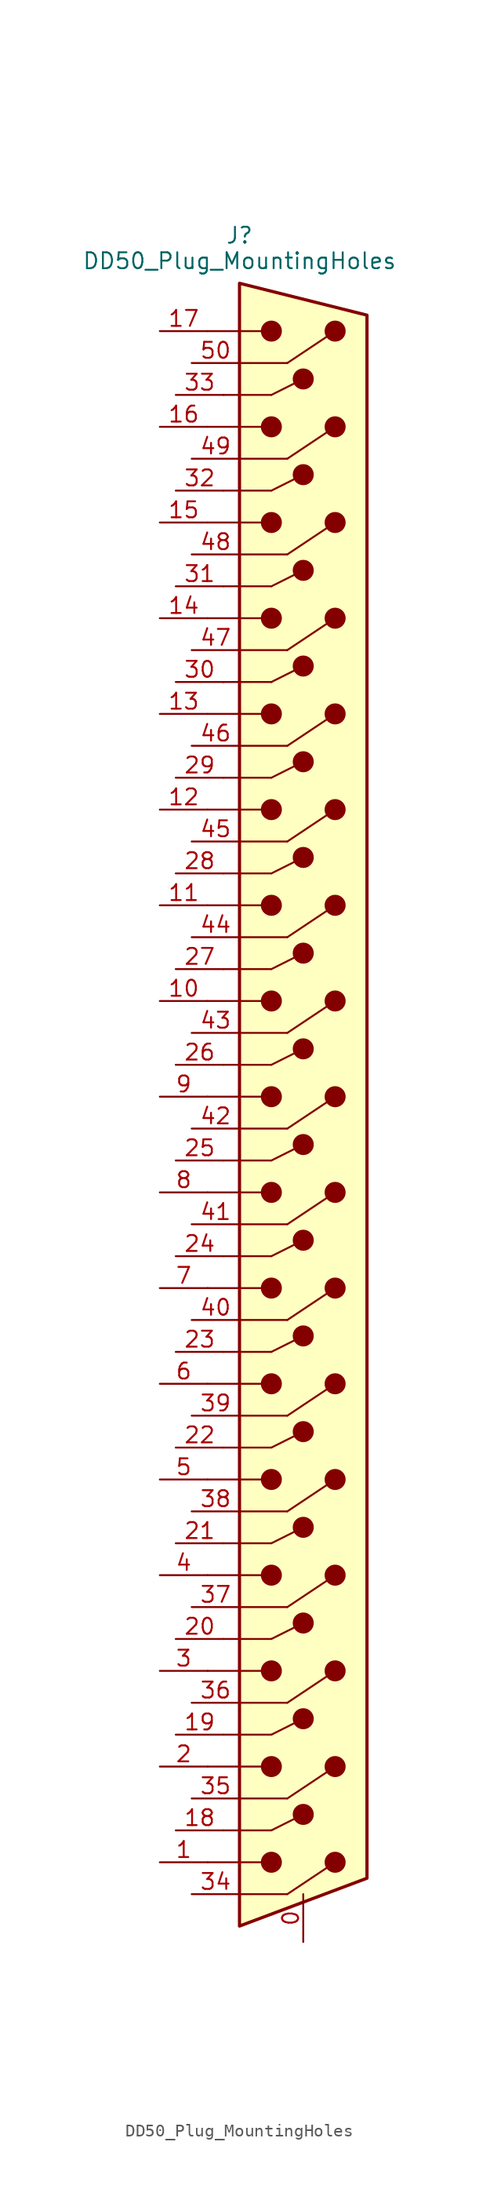
<source format=kicad_sym>
(kicad_symbol_lib
  (version 20231120)
  (generator "kicad_symbol_editor")
  (generator_version "8.0")
  (symbol "DD50_Plug_MountingHoles"
    (property "Reference" "J"
      (at 0 0 0)
      (effects (font (size 1.27 1.27))))
    (property "Value" "DD50_Plug_MountingHoles"
      (at 0 -2.032 0)
      (effects (font (size 1.27 1.27))))
    (symbol "DD50_Plug_MountingHoles_0_1"
      (polyline (pts (xy -2.54 -129.54) (xy 2.54 -129.54)) (stroke (width 0) (type default)) (fill (type none)))
      (polyline (pts (xy -2.54 -121.92) (xy 2.54 -121.92)) (stroke (width 0) (type default)) (fill (type none)))
      (polyline (pts (xy -2.54 -114.3) (xy 2.54 -114.3)) (stroke (width 0) (type default)) (fill (type none)))
      (polyline (pts (xy -2.54 -106.68) (xy 2.54 -106.68)) (stroke (width 0) (type default)) (fill (type none)))
      (polyline (pts (xy -2.54 -99.06) (xy 2.54 -99.06)) (stroke (width 0) (type default)) (fill (type none)))
      (polyline (pts (xy -2.54 -91.44) (xy 2.54 -91.44)) (stroke (width 0) (type default)) (fill (type none)))
      (polyline (pts (xy -2.54 -83.82) (xy 2.54 -83.82)) (stroke (width 0) (type default)) (fill (type none)))
      (polyline (pts (xy -2.54 -76.2) (xy 2.54 -76.2)) (stroke (width 0) (type default)) (fill (type none)))
      (polyline (pts (xy -2.54 -68.58) (xy 2.54 -68.58)) (stroke (width 0) (type default)) (fill (type none)))
      (polyline (pts (xy -2.54 -60.96) (xy 2.54 -60.96)) (stroke (width 0) (type default)) (fill (type none)))
      (polyline (pts (xy -2.54 -53.34) (xy 2.54 -53.34)) (stroke (width 0) (type default)) (fill (type none)))
      (polyline (pts (xy -2.54 -45.72) (xy 2.54 -45.72)) (stroke (width 0) (type default)) (fill (type none)))
      (polyline (pts (xy -2.54 -38.1) (xy 2.54 -38.1)) (stroke (width 0) (type default)) (fill (type none)))
      (polyline (pts (xy -2.54 -30.48) (xy 2.54 -30.48)) (stroke (width 0) (type default)) (fill (type none)))
      (polyline (pts (xy -2.54 -22.86) (xy 2.54 -22.86)) (stroke (width 0) (type default)) (fill (type none)))
      (polyline (pts (xy -2.54 -15.24) (xy 2.54 -15.24)) (stroke (width 0) (type default)) (fill (type none)))
      (polyline (pts (xy -2.54 -7.62) (xy 2.54 -7.62)) (stroke (width 0) (type default)) (fill (type none)))
      (polyline (pts (xy -1.27 -127) (xy 2.54 -127)) (stroke (width 0) (type default)) (fill (type none)))
      (polyline (pts (xy -1.27 -119.38) (xy 2.54 -119.38)) (stroke (width 0) (type default)) (fill (type none)))
      (polyline (pts (xy -1.27 -111.76) (xy 2.54 -111.76)) (stroke (width 0) (type default)) (fill (type none)))
      (polyline (pts (xy -1.27 -104.14) (xy 2.54 -104.14)) (stroke (width 0) (type default)) (fill (type none)))
      (polyline (pts (xy -1.27 -96.52) (xy 2.54 -96.52)) (stroke (width 0) (type default)) (fill (type none)))
      (polyline (pts (xy -1.27 -88.9) (xy 2.54 -88.9)) (stroke (width 0) (type default)) (fill (type none)))
      (polyline (pts (xy -1.27 -81.28) (xy 2.54 -81.28)) (stroke (width 0) (type default)) (fill (type none)))
      (polyline (pts (xy -1.27 -73.66) (xy 2.54 -73.66)) (stroke (width 0) (type default)) (fill (type none)))
      (polyline (pts (xy -1.27 -66.04) (xy 2.54 -66.04)) (stroke (width 0) (type default)) (fill (type none)))
      (polyline (pts (xy -1.27 -58.42) (xy 2.54 -58.42)) (stroke (width 0) (type default)) (fill (type none)))
      (polyline (pts (xy -1.27 -50.8) (xy 2.54 -50.8)) (stroke (width 0) (type default)) (fill (type none)))
      (polyline (pts (xy -1.27 -43.18) (xy 2.54 -43.18)) (stroke (width 0) (type default)) (fill (type none)))
      (polyline (pts (xy -1.27 -35.56) (xy 2.54 -35.56)) (stroke (width 0) (type default)) (fill (type none)))
      (polyline (pts (xy -1.27 -27.94) (xy 2.54 -27.94)) (stroke (width 0) (type default)) (fill (type none)))
      (polyline (pts (xy -1.27 -20.32) (xy 2.54 -20.32)) (stroke (width 0) (type default)) (fill (type none)))
      (polyline (pts (xy -1.27 -12.7) (xy 2.54 -12.7)) (stroke (width 0) (type default)) (fill (type none)))
      (polyline (pts (xy 0 -132.08) (xy 3.81 -132.08)) (stroke (width 0) (type default)) (fill (type none)))
      (polyline (pts (xy 0 -124.46) (xy 3.81 -124.46)) (stroke (width 0) (type default)) (fill (type none)))
      (polyline (pts (xy 0 -116.84) (xy 3.81 -116.84)) (stroke (width 0) (type default)) (fill (type none)))
      (polyline (pts (xy 0 -109.22) (xy 3.81 -109.22)) (stroke (width 0) (type default)) (fill (type none)))
      (polyline (pts (xy 0 -101.6) (xy 3.81 -101.6)) (stroke (width 0) (type default)) (fill (type none)))
      (polyline (pts (xy 0 -93.98) (xy 3.81 -93.98)) (stroke (width 0) (type default)) (fill (type none)))
      (polyline (pts (xy 0 -86.36) (xy 3.81 -86.36)) (stroke (width 0) (type default)) (fill (type none)))
      (polyline (pts (xy 0 -78.74) (xy 3.81 -78.74)) (stroke (width 0) (type default)) (fill (type none)))
      (polyline (pts (xy 0 -71.12) (xy 3.81 -71.12)) (stroke (width 0) (type default)) (fill (type none)))
      (polyline (pts (xy 0 -63.5) (xy 3.81 -63.5)) (stroke (width 0) (type default)) (fill (type none)))
      (polyline (pts (xy 0 -55.88) (xy 3.81 -55.88)) (stroke (width 0) (type default)) (fill (type none)))
      (polyline (pts (xy 0 -48.26) (xy 3.81 -48.26)) (stroke (width 0) (type default)) (fill (type none)))
      (polyline (pts (xy 0 -40.64) (xy 3.81 -40.64)) (stroke (width 0) (type default)) (fill (type none)))
      (polyline (pts (xy 0 -33.02) (xy 3.81 -33.02)) (stroke (width 0) (type default)) (fill (type none)))
      (polyline (pts (xy 0 -25.4) (xy 3.81 -25.4)) (stroke (width 0) (type default)) (fill (type none)))
      (polyline (pts (xy 0 -17.78) (xy 3.81 -17.78)) (stroke (width 0) (type default)) (fill (type none)))
      (polyline (pts (xy 0 -10.16) (xy 3.81 -10.16)) (stroke (width 0) (type default)) (fill (type none)))
      (polyline (pts (xy 2.54 -127) (xy 5.08 -125.73)) (stroke (width 0) (type default)) (fill (type none)))
      (polyline (pts (xy 2.54 -119.38) (xy 5.08 -118.11)) (stroke (width 0) (type default)) (fill (type none)))
      (polyline (pts (xy 2.54 -111.76) (xy 5.08 -110.49)) (stroke (width 0) (type default)) (fill (type none)))
      (polyline (pts (xy 2.54 -104.14) (xy 5.08 -102.87)) (stroke (width 0) (type default)) (fill (type none)))
      (polyline (pts (xy 2.54 -96.52) (xy 5.08 -95.25)) (stroke (width 0) (type default)) (fill (type none)))
      (polyline (pts (xy 2.54 -88.9) (xy 5.08 -87.63)) (stroke (width 0) (type default)) (fill (type none)))
      (polyline (pts (xy 2.54 -81.28) (xy 5.08 -80.01)) (stroke (width 0) (type default)) (fill (type none)))
      (polyline (pts (xy 2.54 -73.66) (xy 5.08 -72.39)) (stroke (width 0) (type default)) (fill (type none)))
      (polyline (pts (xy 2.54 -66.04) (xy 5.08 -64.77)) (stroke (width 0) (type default)) (fill (type none)))
      (polyline (pts (xy 2.54 -58.42) (xy 5.08 -57.15)) (stroke (width 0) (type default)) (fill (type none)))
      (polyline (pts (xy 2.54 -50.8) (xy 5.08 -49.53)) (stroke (width 0) (type default)) (fill (type none)))
      (polyline (pts (xy 2.54 -43.18) (xy 5.08 -41.91)) (stroke (width 0) (type default)) (fill (type none)))
      (polyline (pts (xy 2.54 -35.56) (xy 5.08 -34.29)) (stroke (width 0) (type default)) (fill (type none)))
      (polyline (pts (xy 2.54 -27.94) (xy 5.08 -26.67)) (stroke (width 0) (type default)) (fill (type none)))
      (polyline (pts (xy 2.54 -20.32) (xy 5.08 -19.05)) (stroke (width 0) (type default)) (fill (type none)))
      (polyline (pts (xy 2.54 -12.7) (xy 5.08 -11.43)) (stroke (width 0) (type default)) (fill (type none)))
      (polyline (pts (xy 3.81 -132.08) (xy 7.62 -129.54)) (stroke (width 0) (type default)) (fill (type none)))
      (polyline (pts (xy 3.81 -124.46) (xy 7.62 -121.92)) (stroke (width 0) (type default)) (fill (type none)))
      (polyline (pts (xy 3.81 -116.84) (xy 7.62 -114.3)) (stroke (width 0) (type default)) (fill (type none)))
      (polyline (pts (xy 3.81 -109.22) (xy 7.62 -106.68)) (stroke (width 0) (type default)) (fill (type none)))
      (polyline (pts (xy 3.81 -101.6) (xy 7.62 -99.06)) (stroke (width 0) (type default)) (fill (type none)))
      (polyline (pts (xy 3.81 -93.98) (xy 7.62 -91.44)) (stroke (width 0) (type default)) (fill (type none)))
      (polyline (pts (xy 3.81 -86.36) (xy 7.62 -83.82)) (stroke (width 0) (type default)) (fill (type none)))
      (polyline (pts (xy 3.81 -78.74) (xy 7.62 -76.2)) (stroke (width 0) (type default)) (fill (type none)))
      (polyline (pts (xy 3.81 -71.12) (xy 7.62 -68.58)) (stroke (width 0) (type default)) (fill (type none)))
      (polyline (pts (xy 3.81 -63.5) (xy 7.62 -60.96)) (stroke (width 0) (type default)) (fill (type none)))
      (polyline (pts (xy 3.81 -55.88) (xy 7.62 -53.34)) (stroke (width 0) (type default)) (fill (type none)))
      (polyline (pts (xy 3.81 -48.26) (xy 7.62 -45.72)) (stroke (width 0) (type default)) (fill (type none)))
      (polyline (pts (xy 3.81 -40.64) (xy 7.62 -38.1)) (stroke (width 0) (type default)) (fill (type none)))
      (polyline (pts (xy 3.81 -33.02) (xy 7.62 -30.48)) (stroke (width 0) (type default)) (fill (type none)))
      (polyline (pts (xy 3.81 -25.4) (xy 7.62 -22.86)) (stroke (width 0) (type default)) (fill (type none)))
      (polyline (pts (xy 3.81 -17.78) (xy 7.62 -15.24)) (stroke (width 0) (type default)) (fill (type none)))
      (polyline (pts (xy 3.81 -10.16) (xy 7.62 -7.62)) (stroke (width 0) (type default)) (fill (type none)))
      (polyline (pts (xy 0 -134.62) (xy 10.16 -130.81) (xy 10.16 -6.35) (xy 0 -3.81) (xy 0 -134.62)) (stroke (width 0.254) (type default)) (fill (type background)))
      (circle (center 2.54 -129.54) (radius 0.762) (stroke (width 0) (type default)) (fill (type outline)))
      (circle (center 2.54 -121.92) (radius 0.762) (stroke (width 0) (type default)) (fill (type outline)))
      (circle (center 2.54 -114.3) (radius 0.762) (stroke (width 0) (type default)) (fill (type outline)))
      (circle (center 2.54 -106.68) (radius 0.762) (stroke (width 0) (type default)) (fill (type outline)))
      (circle (center 2.54 -99.06) (radius 0.762) (stroke (width 0) (type default)) (fill (type outline)))
      (circle (center 2.54 -91.44) (radius 0.762) (stroke (width 0) (type default)) (fill (type outline)))
      (circle (center 2.54 -83.82) (radius 0.762) (stroke (width 0) (type default)) (fill (type outline)))
      (circle (center 2.54 -76.2) (radius 0.762) (stroke (width 0) (type default)) (fill (type outline)))
      (circle (center 2.54 -68.58) (radius 0.762) (stroke (width 0) (type default)) (fill (type outline)))
      (circle (center 2.54 -60.96) (radius 0.762) (stroke (width 0) (type default)) (fill (type outline)))
      (circle (center 2.54 -53.34) (radius 0.762) (stroke (width 0) (type default)) (fill (type outline)))
      (circle (center 2.54 -45.72) (radius 0.762) (stroke (width 0) (type default)) (fill (type outline)))
      (circle (center 2.54 -38.1) (radius 0.762) (stroke (width 0) (type default)) (fill (type outline)))
      (circle (center 2.54 -30.48) (radius 0.762) (stroke (width 0) (type default)) (fill (type outline)))
      (circle (center 2.54 -22.86) (radius 0.762) (stroke (width 0) (type default)) (fill (type outline)))
      (circle (center 2.54 -15.24) (radius 0.762) (stroke (width 0) (type default)) (fill (type outline)))
      (circle (center 2.54 -7.62) (radius 0.762) (stroke (width 0) (type default)) (fill (type outline)))
      (circle (center 5.08 -125.73) (radius 0.762) (stroke (width 0) (type default)) (fill (type outline)))
      (circle (center 5.08 -118.11) (radius 0.762) (stroke (width 0) (type default)) (fill (type outline)))
      (circle (center 5.08 -110.49) (radius 0.762) (stroke (width 0) (type default)) (fill (type outline)))
      (circle (center 5.08 -102.87) (radius 0.762) (stroke (width 0) (type default)) (fill (type outline)))
      (circle (center 5.08 -95.25) (radius 0.762) (stroke (width 0) (type default)) (fill (type outline)))
      (circle (center 5.08 -87.63) (radius 0.762) (stroke (width 0) (type default)) (fill (type outline)))
      (circle (center 5.08 -80.01) (radius 0.762) (stroke (width 0) (type default)) (fill (type outline)))
      (circle (center 5.08 -72.39) (radius 0.762) (stroke (width 0) (type default)) (fill (type outline)))
      (circle (center 5.08 -64.77) (radius 0.762) (stroke (width 0) (type default)) (fill (type outline)))
      (circle (center 5.08 -57.15) (radius 0.762) (stroke (width 0) (type default)) (fill (type outline)))
      (circle (center 5.08 -49.53) (radius 0.762) (stroke (width 0) (type default)) (fill (type outline)))
      (circle (center 5.08 -41.91) (radius 0.762) (stroke (width 0) (type default)) (fill (type outline)))
      (circle (center 5.08 -34.29) (radius 0.762) (stroke (width 0) (type default)) (fill (type outline)))
      (circle (center 5.08 -26.67) (radius 0.762) (stroke (width 0) (type default)) (fill (type outline)))
      (circle (center 5.08 -19.05) (radius 0.762) (stroke (width 0) (type default)) (fill (type outline)))
      (circle (center 5.08 -11.43) (radius 0.762) (stroke (width 0) (type default)) (fill (type outline)))
      (circle (center 7.62 -129.54) (radius 0.762) (stroke (width 0) (type default)) (fill (type outline)))
      (circle (center 7.62 -121.92) (radius 0.762) (stroke (width 0) (type default)) (fill (type outline)))
      (circle (center 7.62 -114.3) (radius 0.762) (stroke (width 0) (type default)) (fill (type outline)))
      (circle (center 7.62 -106.68) (radius 0.762) (stroke (width 0) (type default)) (fill (type outline)))
      (circle (center 7.62 -99.06) (radius 0.762) (stroke (width 0) (type default)) (fill (type outline)))
      (circle (center 7.62 -91.44) (radius 0.762) (stroke (width 0) (type default)) (fill (type outline)))
      (circle (center 7.62 -83.82) (radius 0.762) (stroke (width 0) (type default)) (fill (type outline)))
      (circle (center 7.62 -76.2) (radius 0.762) (stroke (width 0) (type default)) (fill (type outline)))
      (circle (center 7.62 -68.58) (radius 0.762) (stroke (width 0) (type default)) (fill (type outline)))
      (circle (center 7.62 -60.96) (radius 0.762) (stroke (width 0) (type default)) (fill (type outline)))
      (circle (center 7.62 -53.34) (radius 0.762) (stroke (width 0) (type default)) (fill (type outline)))
      (circle (center 7.62 -45.72) (radius 0.762) (stroke (width 0) (type default)) (fill (type outline)))
      (circle (center 7.62 -38.1) (radius 0.762) (stroke (width 0) (type default)) (fill (type outline)))
      (circle (center 7.62 -30.48) (radius 0.762) (stroke (width 0) (type default)) (fill (type outline)))
      (circle (center 7.62 -22.86) (radius 0.762) (stroke (width 0) (type default)) (fill (type outline)))
      (circle (center 7.62 -15.24) (radius 0.762) (stroke (width 0) (type default)) (fill (type outline)))
      (circle (center 7.62 -7.62) (radius 0.762) (stroke (width 0) (type default)) (fill (type outline))))
    (symbol "DD50_Plug_MountingHoles_1_1"
      (pin passive line (at 5.08 -135.89 90) (length 3.81) (name "" (effects (font (size 1.27 1.27)))) (number "0" (effects (font (size 1.27 1.27)))))
      (pin passive line (at -6.35 -129.54 0) (length 3.81) (name "" (effects (font (size 1.27 1.27)))) (number "1" (effects (font (size 1.27 1.27)))))
      (pin passive line (at -6.35 -60.96 0) (length 3.81) (name "" (effects (font (size 1.27 1.27)))) (number "10" (effects (font (size 1.27 1.27)))))
      (pin passive line (at -6.35 -53.34 0) (length 3.81) (name "" (effects (font (size 1.27 1.27)))) (number "11" (effects (font (size 1.27 1.27)))))
      (pin passive line (at -6.35 -45.72 0) (length 3.81) (name "" (effects (font (size 1.27 1.27)))) (number "12" (effects (font (size 1.27 1.27)))))
      (pin passive line (at -6.35 -38.1 0) (length 3.81) (name "" (effects (font (size 1.27 1.27)))) (number "13" (effects (font (size 1.27 1.27)))))
      (pin passive line (at -6.35 -30.48 0) (length 3.81) (name "" (effects (font (size 1.27 1.27)))) (number "14" (effects (font (size 1.27 1.27)))))
      (pin passive line (at -6.35 -22.86 0) (length 3.81) (name "" (effects (font (size 1.27 1.27)))) (number "15" (effects (font (size 1.27 1.27)))))
      (pin passive line (at -6.35 -15.24 0) (length 3.81) (name "" (effects (font (size 1.27 1.27)))) (number "16" (effects (font (size 1.27 1.27)))))
      (pin passive line (at -6.35 -7.62 0) (length 3.81) (name "" (effects (font (size 1.27 1.27)))) (number "17" (effects (font (size 1.27 1.27)))))
      (pin passive line (at -5.08 -127 0) (length 3.81) (name "" (effects (font (size 1.27 1.27)))) (number "18" (effects (font (size 1.27 1.27)))))
      (pin passive line (at -5.08 -119.38 0) (length 3.81) (name "" (effects (font (size 1.27 1.27)))) (number "19" (effects (font (size 1.27 1.27)))))
      (pin passive line (at -6.35 -121.92 0) (length 3.81) (name "" (effects (font (size 1.27 1.27)))) (number "2" (effects (font (size 1.27 1.27)))))
      (pin passive line (at -5.08 -111.76 0) (length 3.81) (name "" (effects (font (size 1.27 1.27)))) (number "20" (effects (font (size 1.27 1.27)))))
      (pin passive line (at -5.08 -104.14 0) (length 3.81) (name "" (effects (font (size 1.27 1.27)))) (number "21" (effects (font (size 1.27 1.27)))))
      (pin passive line (at -5.08 -96.52 0) (length 3.81) (name "" (effects (font (size 1.27 1.27)))) (number "22" (effects (font (size 1.27 1.27)))))
      (pin passive line (at -5.08 -88.9 0) (length 3.81) (name "" (effects (font (size 1.27 1.27)))) (number "23" (effects (font (size 1.27 1.27)))))
      (pin passive line (at -5.08 -81.28 0) (length 3.81) (name "" (effects (font (size 1.27 1.27)))) (number "24" (effects (font (size 1.27 1.27)))))
      (pin passive line (at -5.08 -73.66 0) (length 3.81) (name "" (effects (font (size 1.27 1.27)))) (number "25" (effects (font (size 1.27 1.27)))))
      (pin passive line (at -5.08 -66.04 0) (length 3.81) (name "" (effects (font (size 1.27 1.27)))) (number "26" (effects (font (size 1.27 1.27)))))
      (pin passive line (at -5.08 -58.42 0) (length 3.81) (name "" (effects (font (size 1.27 1.27)))) (number "27" (effects (font (size 1.27 1.27)))))
      (pin passive line (at -5.08 -50.8 0) (length 3.81) (name "" (effects (font (size 1.27 1.27)))) (number "28" (effects (font (size 1.27 1.27)))))
      (pin passive line (at -5.08 -43.18 0) (length 3.81) (name "" (effects (font (size 1.27 1.27)))) (number "29" (effects (font (size 1.27 1.27)))))
      (pin passive line (at -6.35 -114.3 0) (length 3.81) (name "" (effects (font (size 1.27 1.27)))) (number "3" (effects (font (size 1.27 1.27)))))
      (pin passive line (at -5.08 -35.56 0) (length 3.81) (name "" (effects (font (size 1.27 1.27)))) (number "30" (effects (font (size 1.27 1.27)))))
      (pin passive line (at -5.08 -27.94 0) (length 3.81) (name "" (effects (font (size 1.27 1.27)))) (number "31" (effects (font (size 1.27 1.27)))))
      (pin passive line (at -5.08 -20.32 0) (length 3.81) (name "" (effects (font (size 1.27 1.27)))) (number "32" (effects (font (size 1.27 1.27)))))
      (pin passive line (at -5.08 -12.7 0) (length 3.81) (name "" (effects (font (size 1.27 1.27)))) (number "33" (effects (font (size 1.27 1.27)))))
      (pin passive line (at -3.81 -132.08 0) (length 3.81) (name "" (effects (font (size 1.27 1.27)))) (number "34" (effects (font (size 1.27 1.27)))))
      (pin passive line (at -3.81 -124.46 0) (length 3.81) (name "" (effects (font (size 1.27 1.27)))) (number "35" (effects (font (size 1.27 1.27)))))
      (pin passive line (at -3.81 -116.84 0) (length 3.81) (name "" (effects (font (size 1.27 1.27)))) (number "36" (effects (font (size 1.27 1.27)))))
      (pin passive line (at -3.81 -109.22 0) (length 3.81) (name "" (effects (font (size 1.27 1.27)))) (number "37" (effects (font (size 1.27 1.27)))))
      (pin passive line (at -3.81 -101.6 0) (length 3.81) (name "" (effects (font (size 1.27 1.27)))) (number "38" (effects (font (size 1.27 1.27)))))
      (pin passive line (at -3.81 -93.98 0) (length 3.81) (name "" (effects (font (size 1.27 1.27)))) (number "39" (effects (font (size 1.27 1.27)))))
      (pin passive line (at -6.35 -106.68 0) (length 3.81) (name "" (effects (font (size 1.27 1.27)))) (number "4" (effects (font (size 1.27 1.27)))))
      (pin passive line (at -3.81 -86.36 0) (length 3.81) (name "" (effects (font (size 1.27 1.27)))) (number "40" (effects (font (size 1.27 1.27)))))
      (pin passive line (at -3.81 -78.74 0) (length 3.81) (name "" (effects (font (size 1.27 1.27)))) (number "41" (effects (font (size 1.27 1.27)))))
      (pin passive line (at -3.81 -71.12 0) (length 3.81) (name "" (effects (font (size 1.27 1.27)))) (number "42" (effects (font (size 1.27 1.27)))))
      (pin passive line (at -3.81 -63.5 0) (length 3.81) (name "" (effects (font (size 1.27 1.27)))) (number "43" (effects (font (size 1.27 1.27)))))
      (pin passive line (at -3.81 -55.88 0) (length 3.81) (name "" (effects (font (size 1.27 1.27)))) (number "44" (effects (font (size 1.27 1.27)))))
      (pin passive line (at -3.81 -48.26 0) (length 3.81) (name "" (effects (font (size 1.27 1.27)))) (number "45" (effects (font (size 1.27 1.27)))))
      (pin passive line (at -3.81 -40.64 0) (length 3.81) (name "" (effects (font (size 1.27 1.27)))) (number "46" (effects (font (size 1.27 1.27)))))
      (pin passive line (at -3.81 -33.02 0) (length 3.81) (name "" (effects (font (size 1.27 1.27)))) (number "47" (effects (font (size 1.27 1.27)))))
      (pin passive line (at -3.81 -25.4 0) (length 3.81) (name "" (effects (font (size 1.27 1.27)))) (number "48" (effects (font (size 1.27 1.27)))))
      (pin passive line (at -3.81 -17.78 0) (length 3.81) (name "" (effects (font (size 1.27 1.27)))) (number "49" (effects (font (size 1.27 1.27)))))
      (pin passive line (at -6.35 -99.06 0) (length 3.81) (name "" (effects (font (size 1.27 1.27)))) (number "5" (effects (font (size 1.27 1.27)))))
      (pin passive line (at -3.81 -10.16 0) (length 3.81) (name "" (effects (font (size 1.27 1.27)))) (number "50" (effects (font (size 1.27 1.27)))))
      (pin passive line (at -6.35 -91.44 0) (length 3.81) (name "" (effects (font (size 1.27 1.27)))) (number "6" (effects (font (size 1.27 1.27)))))
      (pin passive line (at -6.35 -83.82 0) (length 3.81) (name "" (effects (font (size 1.27 1.27)))) (number "7" (effects (font (size 1.27 1.27)))))
      (pin passive line (at -6.35 -76.2 0) (length 3.81) (name "" (effects (font (size 1.27 1.27)))) (number "8" (effects (font (size 1.27 1.27)))))
      (pin passive line (at -6.35 -68.58 0) (length 3.81) (name "" (effects (font (size 1.27 1.27)))) (number "9" (effects (font (size 1.27 1.27))))))))
</source>
